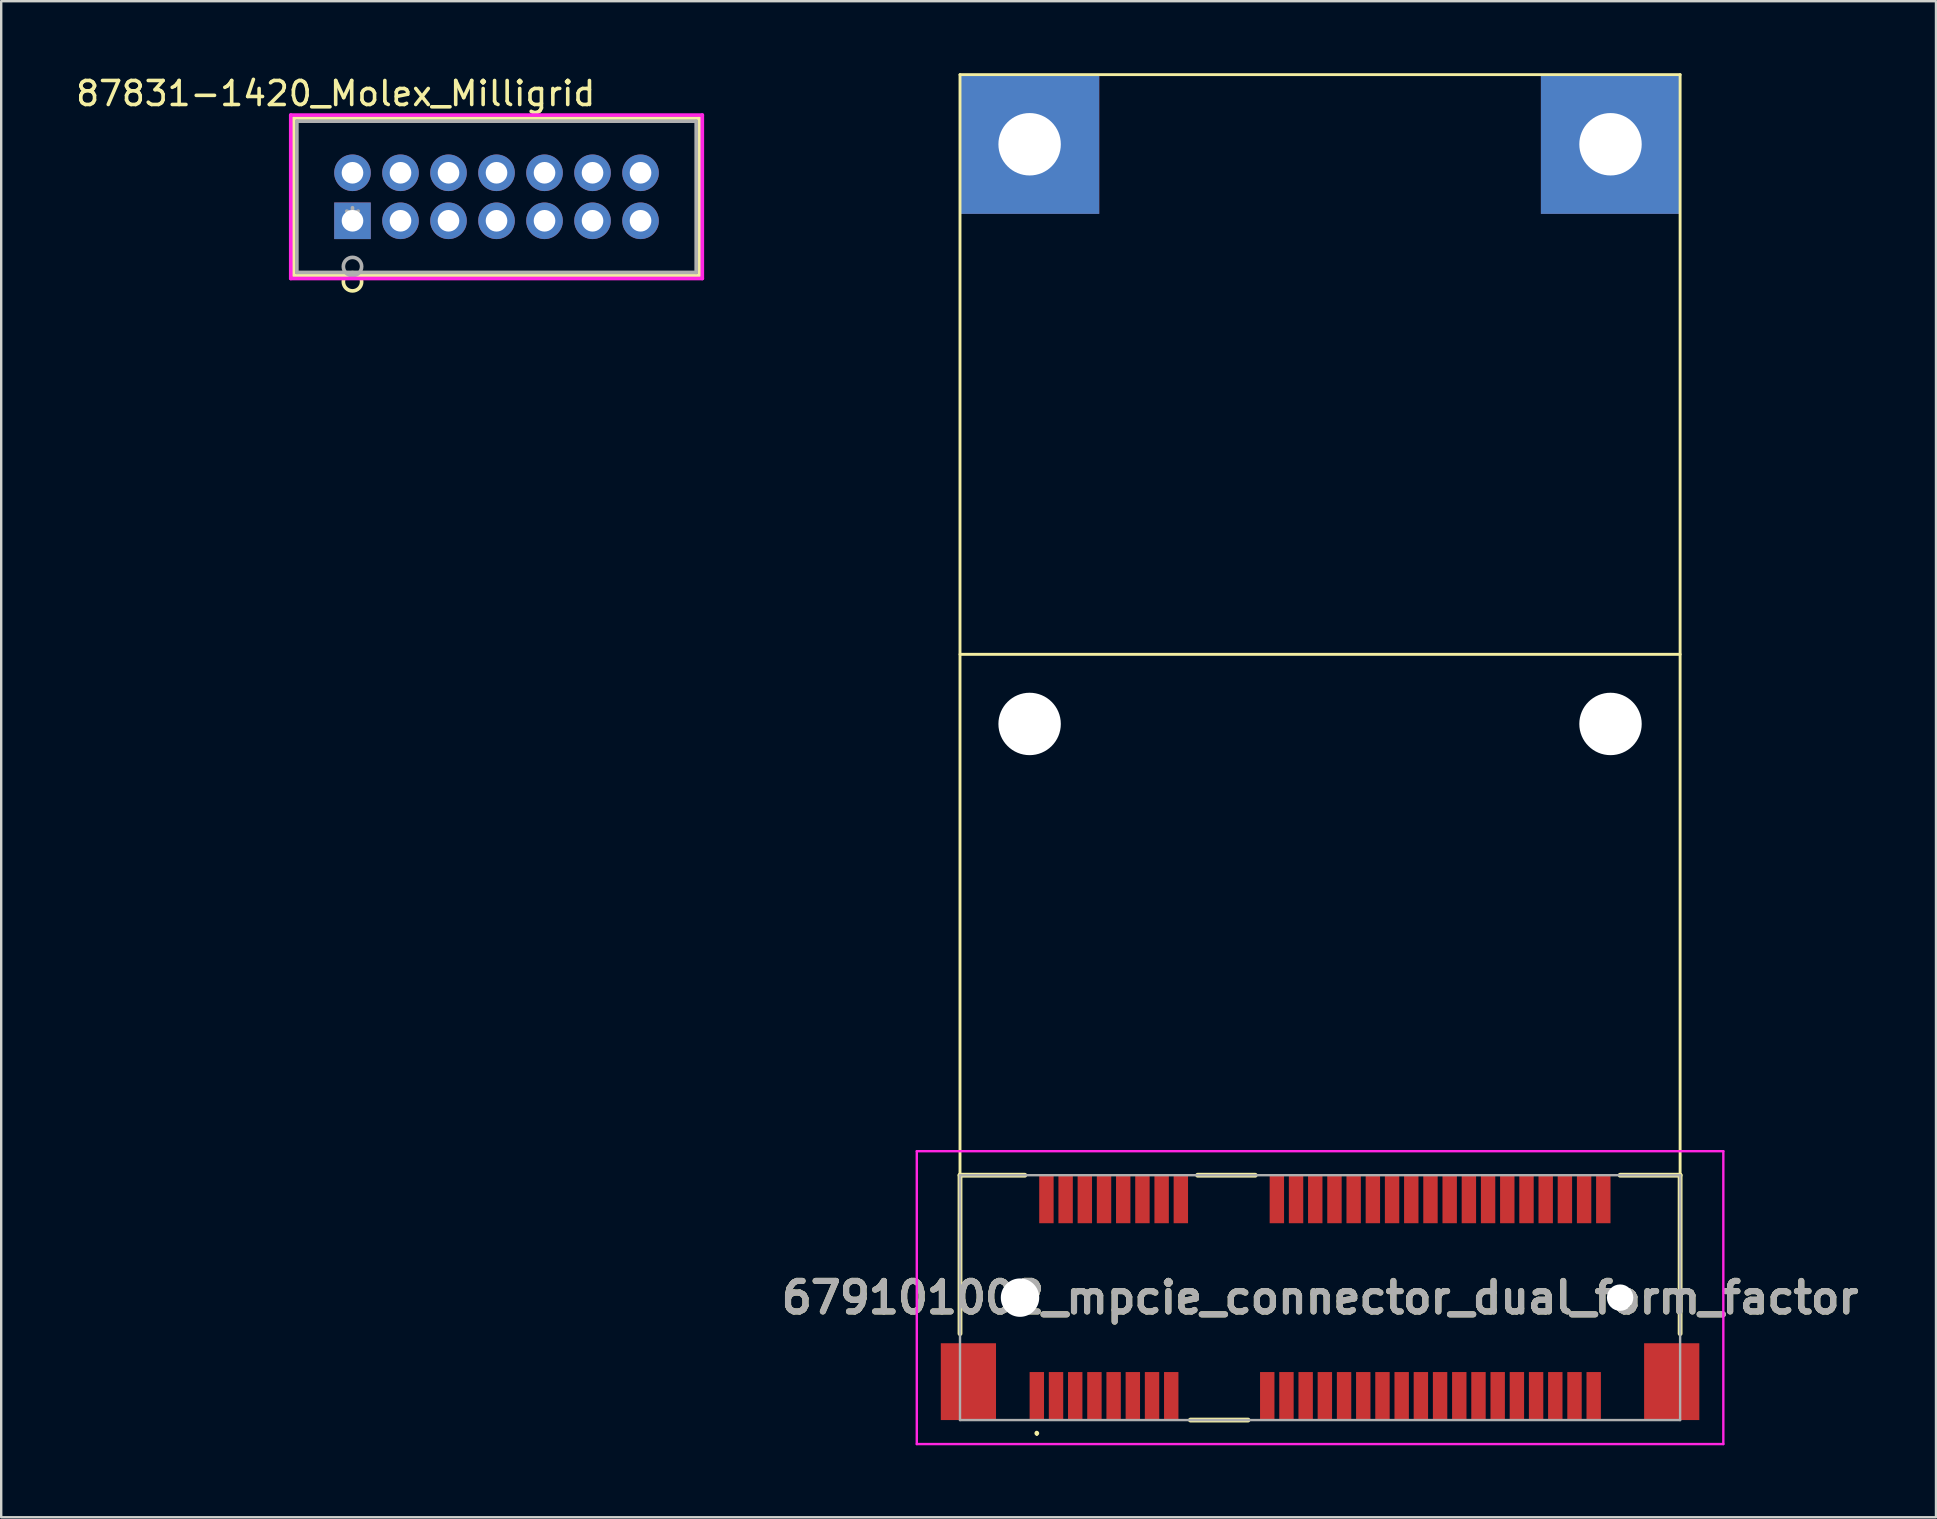
<source format=kicad_pcb>
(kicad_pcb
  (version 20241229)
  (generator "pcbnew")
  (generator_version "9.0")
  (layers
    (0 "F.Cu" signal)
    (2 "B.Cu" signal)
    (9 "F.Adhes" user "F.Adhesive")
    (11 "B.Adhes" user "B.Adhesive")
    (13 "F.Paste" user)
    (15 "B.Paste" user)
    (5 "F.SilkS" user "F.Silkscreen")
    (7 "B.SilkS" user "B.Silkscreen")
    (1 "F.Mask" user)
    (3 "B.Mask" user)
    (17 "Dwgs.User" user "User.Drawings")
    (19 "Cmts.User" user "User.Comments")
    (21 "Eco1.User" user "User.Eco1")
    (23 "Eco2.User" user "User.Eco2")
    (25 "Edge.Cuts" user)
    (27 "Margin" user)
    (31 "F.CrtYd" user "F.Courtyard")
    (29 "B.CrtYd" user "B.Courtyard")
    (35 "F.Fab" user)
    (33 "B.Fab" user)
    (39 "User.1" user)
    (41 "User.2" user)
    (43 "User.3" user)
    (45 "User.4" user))
  (footprint "87831-1420_Molex_Milligrid"
    (layer "F.Cu")
    (at 11.635 6.148)
    (property "Reference" "87831-1420_Molex_Milligrid" (at -0.7 -5.3 0) (layer "F.SilkS") (effects (font (size 1 1) (thickness 0.15))))
    (attr through_hole)
    (fp_line (start -2.445 -4.277) (end -2.445 2.277) (stroke (width 0.152) (type solid)) (layer "F.SilkS"))
    (fp_line (start -2.445 2.277) (end 14.446 2.277) (stroke (width 0.152) (type solid)) (layer "F.SilkS"))
    (fp_line (start 14.446 -4.277) (end -2.445 -4.277) (stroke (width 0.152) (type solid)) (layer "F.SilkS"))
    (fp_line (start 14.446 2.277) (end 14.446 -4.277) (stroke (width 0.152) (type solid)) (layer "F.SilkS"))
    (fp_circle (center 0 2.54) (end 0.381 2.54) (stroke (width 0.152) (type solid)) (fill no) (layer "F.SilkS"))
    (fp_line (start -2.572 -4.404) (end -2.572 2.404) (stroke (width 0.152) (type solid)) (layer "F.CrtYd"))
    (fp_line (start -2.572 2.404) (end 14.573 2.404) (stroke (width 0.152) (type solid)) (layer "F.CrtYd"))
    (fp_line (start 14.573 -4.404) (end -2.572 -4.404) (stroke (width 0.152) (type solid)) (layer "F.CrtYd"))
    (fp_line (start 14.573 2.404) (end 14.573 -4.404) (stroke (width 0.152) (type solid)) (layer "F.CrtYd"))
    (fp_line (start -2.318 -4.15) (end -2.318 2.15) (stroke (width 0.152) (type solid)) (layer "F.Fab"))
    (fp_line (start -2.318 2.15) (end 14.319 2.15) (stroke (width 0.152) (type solid)) (layer "F.Fab"))
    (fp_line (start 14.319 -4.15) (end -2.318 -4.15) (stroke (width 0.152) (type solid)) (layer "F.Fab"))
    (fp_line (start 14.319 2.15) (end 14.319 -4.15) (stroke (width 0.152) (type solid)) (layer "F.Fab"))
    (fp_circle (center 0 1.905) (end 0.381 1.905) (stroke (width 0.152) (type solid)) (fill no) (layer "F.Fab"))
    (fp_text user "*" (at 0 0 0) (layer "F.Fab") (effects (font (size 1 1) (thickness 0.15))))
    (pad "1" thru_hole rect (at 0 0.000001) (size 1.524 1.524) (drill 0.9) (layers "*.Cu" "*.Mask"))
    (pad "2" thru_hole circle (at 2 0.000001) (size 1.524 1.524) (drill 0.9) (layers "*.Cu" "*.Mask"))
    (pad "3" thru_hole circle (at 4 0.000001) (size 1.524 1.524) (drill 0.9) (layers "*.Cu" "*.Mask"))
    (pad "4" thru_hole circle (at 6 0.000001) (size 1.524 1.524) (drill 0.9) (layers "*.Cu" "*.Mask"))
    (pad "5" thru_hole circle (at 8 0.000001) (size 1.524 1.524) (drill 0.9) (layers "*.Cu" "*.Mask"))
    (pad "6" thru_hole circle (at 10 0.000001) (size 1.524 1.524) (drill 0.9) (layers "*.Cu" "*.Mask"))
    (pad "7" thru_hole circle (at 12 0.000001) (size 1.524 1.524) (drill 0.9) (layers "*.Cu" "*.Mask"))
    (pad "8" thru_hole circle (at 0 -2) (size 1.524 1.524) (drill 0.9) (layers "*.Cu" "*.Mask"))
    (pad "9" thru_hole circle (at 2 -2) (size 1.524 1.524) (drill 0.9) (layers "*.Cu" "*.Mask"))
    (pad "10" thru_hole circle (at 4 -2) (size 1.524 1.524) (drill 0.9) (layers "*.Cu" "*.Mask"))
    (pad "11" thru_hole circle (at 6 -2) (size 1.524 1.524) (drill 0.9) (layers "*.Cu" "*.Mask"))
    (pad "12" thru_hole circle (at 8 -2) (size 1.524 1.524) (drill 0.9) (layers "*.Cu" "*.Mask"))
    (pad "13" thru_hole circle (at 10 -2) (size 1.524 1.524) (drill 0.9) (layers "*.Cu" "*.Mask"))
    (pad "14" thru_hole circle (at 12 -2) (size 1.524 1.524) (drill 0.9) (layers "*.Cu" "*.Mask")))
  (footprint "679101002_mpcie_connector_dual_form_factor"
    (layer "F.Cu")
    (at 51.944 51.01)
    (property "Reference" "679101002_mpcie_connector_dual_form_factor" (at 0 0 0) (layer "F.SilkS") (effects (font (size 1.27 1.27) (thickness 0.254))))
    (attr through_hole)
    (fp_line (start -15 -5.1) (end -12.3 -5.1) (stroke (width 0.2) (type solid)) (layer "F.SilkS"))
    (fp_line (start -15 0) (end -15 -50.95) (stroke (width 0.12) (type solid)) (layer "F.SilkS"))
    (fp_line (start -15 1.5) (end -15 -5.1) (stroke (width 0.2) (type solid)) (layer "F.SilkS"))
    (fp_line (start -11.8 5.6) (end -11.8 5.6) (stroke (width 0.1) (type solid)) (layer "F.SilkS"))
    (fp_line (start -11.8 5.7) (end -11.8 5.7) (stroke (width 0.1) (type solid)) (layer "F.SilkS"))
    (fp_line (start -5.4 5.1) (end -3 5.1) (stroke (width 0.2) (type solid)) (layer "F.SilkS"))
    (fp_line (start -5.1 -5.1) (end -2.7 -5.1) (stroke (width 0.2) (type solid)) (layer "F.SilkS"))
    (fp_line (start 12.5 -5.1) (end 15 -5.1) (stroke (width 0.2) (type solid)) (layer "F.SilkS"))
    (fp_line (start 15 -50.95) (end -15 -50.95) (stroke (width 0.12) (type solid)) (layer "F.SilkS"))
    (fp_line (start 15 -26.8) (end -15 -26.8) (stroke (width 0.12) (type solid)) (layer "F.SilkS"))
    (fp_line (start 15 -5.1) (end 15 1.5) (stroke (width 0.2) (type solid)) (layer "F.SilkS"))
    (fp_line (start 15 0) (end 15 -50.95) (stroke (width 0.12) (type solid)) (layer "F.SilkS"))
    (fp_arc (start -11.8 5.6) (mid -11.75 5.65) (end -11.8 5.7) (stroke (width 0.1) (type solid)) (layer "F.SilkS"))
    (fp_arc (start -11.8 5.7) (mid -11.85 5.65) (end -11.8 5.6) (stroke (width 0.1) (type solid)) (layer "F.SilkS"))
    (fp_line (start -16.8 -6.1) (end 16.8 -6.1) (stroke (width 0.1) (type solid)) (layer "F.CrtYd"))
    (fp_line (start -16.8 6.1) (end -16.8 -6.1) (stroke (width 0.1) (type solid)) (layer "F.CrtYd"))
    (fp_line (start 16.8 -6.1) (end 16.8 6.1) (stroke (width 0.1) (type solid)) (layer "F.CrtYd"))
    (fp_line (start 16.8 6.1) (end -16.8 6.1) (stroke (width 0.1) (type solid)) (layer "F.CrtYd"))
    (fp_line (start -15 -5.1) (end 15 -5.1) (stroke (width 0.1) (type solid)) (layer "F.Fab"))
    (fp_line (start -15 5.1) (end -15 -5.1) (stroke (width 0.1) (type solid)) (layer "F.Fab"))
    (fp_line (start 15 -5.1) (end 15 5.1) (stroke (width 0.1) (type solid)) (layer "F.Fab"))
    (fp_line (start 15 5.1) (end -15 5.1) (stroke (width 0.1) (type solid)) (layer "F.Fab"))
    (fp_text user "${REFERENCE}" (at 0 0 0) (layer "F.Fab") (effects (font (size 1.27 1.27) (thickness 0.254))))
    (pad "" np_thru_hole circle (at -12.5 0) (size 1.6 1.6) (drill 1.6) (layers "*.Cu" "*.Mask"))
    (pad "" np_thru_hole circle (at -12.1 -23.9) (size 2.6 2.6) (drill 2.6) (layers "*.Cu" "*.Mask"))
    (pad "" np_thru_hole circle (at 12.1 -23.9) (size 2.6 2.6) (drill 2.6) (layers "*.Cu" "*.Mask"))
    (pad "" np_thru_hole circle (at 12.5 0) (size 1.1 1.1) (drill 1.1) (layers "*.Cu" "*.Mask"))
    (pad "1" smd rect (at -11.8 4.1) (size 0.6 2) (layers "F.Cu" "F.Mask" "F.Paste"))
    (pad "2" smd rect (at -11.4 -4.1) (size 0.6 2) (layers "F.Cu" "F.Mask" "F.Paste"))
    (pad "3" smd rect (at -11 4.1) (size 0.6 2) (layers "F.Cu" "F.Mask" "F.Paste"))
    (pad "4" smd rect (at -10.6 -4.1) (size 0.6 2) (layers "F.Cu" "F.Mask" "F.Paste"))
    (pad "5" smd rect (at -10.2 4.1) (size 0.6 2) (layers "F.Cu" "F.Mask" "F.Paste"))
    (pad "6" smd rect (at -9.8 -4.1) (size 0.6 2) (layers "F.Cu" "F.Mask" "F.Paste"))
    (pad "7" smd rect (at -9.4 4.1) (size 0.6 2) (layers "F.Cu" "F.Mask" "F.Paste"))
    (pad "8" smd rect (at -9 -4.1) (size 0.6 2) (layers "F.Cu" "F.Mask" "F.Paste"))
    (pad "9" smd rect (at -8.6 4.1) (size 0.6 2) (layers "F.Cu" "F.Mask" "F.Paste"))
    (pad "10" smd rect (at -8.2 -4.1) (size 0.6 2) (layers "F.Cu" "F.Mask" "F.Paste"))
    (pad "11" smd rect (at -7.8 4.1) (size 0.6 2) (layers "F.Cu" "F.Mask" "F.Paste"))
    (pad "12" smd rect (at -7.4 -4.1) (size 0.6 2) (layers "F.Cu" "F.Mask" "F.Paste"))
    (pad "13" smd rect (at -7 4.1) (size 0.6 2) (layers "F.Cu" "F.Mask" "F.Paste"))
    (pad "14" smd rect (at -6.6 -4.1) (size 0.6 2) (layers "F.Cu" "F.Mask" "F.Paste"))
    (pad "15" smd rect (at -6.2 4.1) (size 0.6 2) (layers "F.Cu" "F.Mask" "F.Paste"))
    (pad "16" smd rect (at -5.8 -4.1) (size 0.6 2) (layers "F.Cu" "F.Mask" "F.Paste"))
    (pad "17" smd rect (at -2.2 4.1) (size 0.6 2) (layers "F.Cu" "F.Mask" "F.Paste"))
    (pad "18" smd rect (at -1.8 -4.1) (size 0.6 2) (layers "F.Cu" "F.Mask" "F.Paste"))
    (pad "19" smd rect (at -1.4 4.1) (size 0.6 2) (layers "F.Cu" "F.Mask" "F.Paste"))
    (pad "20" smd rect (at -1 -4.1) (size 0.6 2) (layers "F.Cu" "F.Mask" "F.Paste"))
    (pad "21" smd rect (at -0.6 4.1) (size 0.6 2) (layers "F.Cu" "F.Mask" "F.Paste"))
    (pad "22" smd rect (at -0.2 -4.1) (size 0.6 2) (layers "F.Cu" "F.Mask" "F.Paste"))
    (pad "23" smd rect (at 0.2 4.1) (size 0.6 2) (layers "F.Cu" "F.Mask" "F.Paste"))
    (pad "24" smd rect (at 0.6 -4.1) (size 0.6 2) (layers "F.Cu" "F.Mask" "F.Paste"))
    (pad "25" smd rect (at 1 4.1) (size 0.6 2) (layers "F.Cu" "F.Mask" "F.Paste"))
    (pad "26" smd rect (at 1.4 -4.1) (size 0.6 2) (layers "F.Cu" "F.Mask" "F.Paste"))
    (pad "27" smd rect (at 1.8 4.1) (size 0.6 2) (layers "F.Cu" "F.Mask" "F.Paste"))
    (pad "28" smd rect (at 2.2 -4.1) (size 0.6 2) (layers "F.Cu" "F.Mask" "F.Paste"))
    (pad "29" smd rect (at 2.6 4.1) (size 0.6 2) (layers "F.Cu" "F.Mask" "F.Paste"))
    (pad "30" smd rect (at 3 -4.1) (size 0.6 2) (layers "F.Cu" "F.Mask" "F.Paste"))
    (pad "31" smd rect (at 3.4 4.1) (size 0.6 2) (layers "F.Cu" "F.Mask" "F.Paste"))
    (pad "32" smd rect (at 3.8 -4.1) (size 0.6 2) (layers "F.Cu" "F.Mask" "F.Paste"))
    (pad "33" smd rect (at 4.2 4.1) (size 0.6 2) (layers "F.Cu" "F.Mask" "F.Paste"))
    (pad "34" smd rect (at 4.6 -4.1) (size 0.6 2) (layers "F.Cu" "F.Mask" "F.Paste"))
    (pad "35" smd rect (at 5 4.1) (size 0.6 2) (layers "F.Cu" "F.Mask" "F.Paste"))
    (pad "36" smd rect (at 5.4 -4.1) (size 0.6 2) (layers "F.Cu" "F.Mask" "F.Paste"))
    (pad "37" smd rect (at 5.8 4.1) (size 0.6 2) (layers "F.Cu" "F.Mask" "F.Paste"))
    (pad "38" smd rect (at 6.2 -4.1) (size 0.6 2) (layers "F.Cu" "F.Mask" "F.Paste"))
    (pad "39" smd rect (at 6.6 4.1) (size 0.6 2) (layers "F.Cu" "F.Mask" "F.Paste"))
    (pad "40" smd rect (at 7 -4.1) (size 0.6 2) (layers "F.Cu" "F.Mask" "F.Paste"))
    (pad "41" smd rect (at 7.4 4.1) (size 0.6 2) (layers "F.Cu" "F.Mask" "F.Paste"))
    (pad "42" smd rect (at 7.8 -4.1) (size 0.6 2) (layers "F.Cu" "F.Mask" "F.Paste"))
    (pad "43" smd rect (at 8.2 4.1) (size 0.6 2) (layers "F.Cu" "F.Mask" "F.Paste"))
    (pad "44" smd rect (at 8.6 -4.1) (size 0.6 2) (layers "F.Cu" "F.Mask" "F.Paste"))
    (pad "45" smd rect (at 9 4.1) (size 0.6 2) (layers "F.Cu" "F.Mask" "F.Paste"))
    (pad "46" smd rect (at 9.4 -4.1) (size 0.6 2) (layers "F.Cu" "F.Mask" "F.Paste"))
    (pad "47" smd rect (at 9.8 4.1) (size 0.6 2) (layers "F.Cu" "F.Mask" "F.Paste"))
    (pad "48" smd rect (at 10.2 -4.1) (size 0.6 2) (layers "F.Cu" "F.Mask" "F.Paste"))
    (pad "49" smd rect (at 10.6 4.1) (size 0.6 2) (layers "F.Cu" "F.Mask" "F.Paste"))
    (pad "50" smd rect (at 11 -4.1) (size 0.6 2) (layers "F.Cu" "F.Mask" "F.Paste"))
    (pad "51" smd rect (at 11.4 4.1) (size 0.6 2) (layers "F.Cu" "F.Mask" "F.Paste"))
    (pad "52" smd rect (at 11.8 -4.1) (size 0.6 2) (layers "F.Cu" "F.Mask" "F.Paste"))
    (pad "53" smd rect (at -14.65 3.5) (size 2.3 3.2) (layers "F.Cu" "F.Mask" "F.Paste"))
    (pad "53" thru_hole rect (at -12.1 -48.05) (size 5.8 5.8) (drill 2.6) (layers "*.Cu" "*.Mask"))
    (pad "53" thru_hole rect (at 12.1 -48.05) (size 5.8 5.8) (drill 2.6) (layers "*.Cu" "*.Mask"))
    (pad "53" smd rect (at 14.65 3.5) (size 2.3 3.2) (layers "F.Cu" "F.Mask" "F.Paste")))
  (gr_rect
    (start -3 -3)
    (end 77.604 60.16)
    (stroke (width 0.1) (type default))
    (fill no)
    (layer "Edge.Cuts")))
</source>
